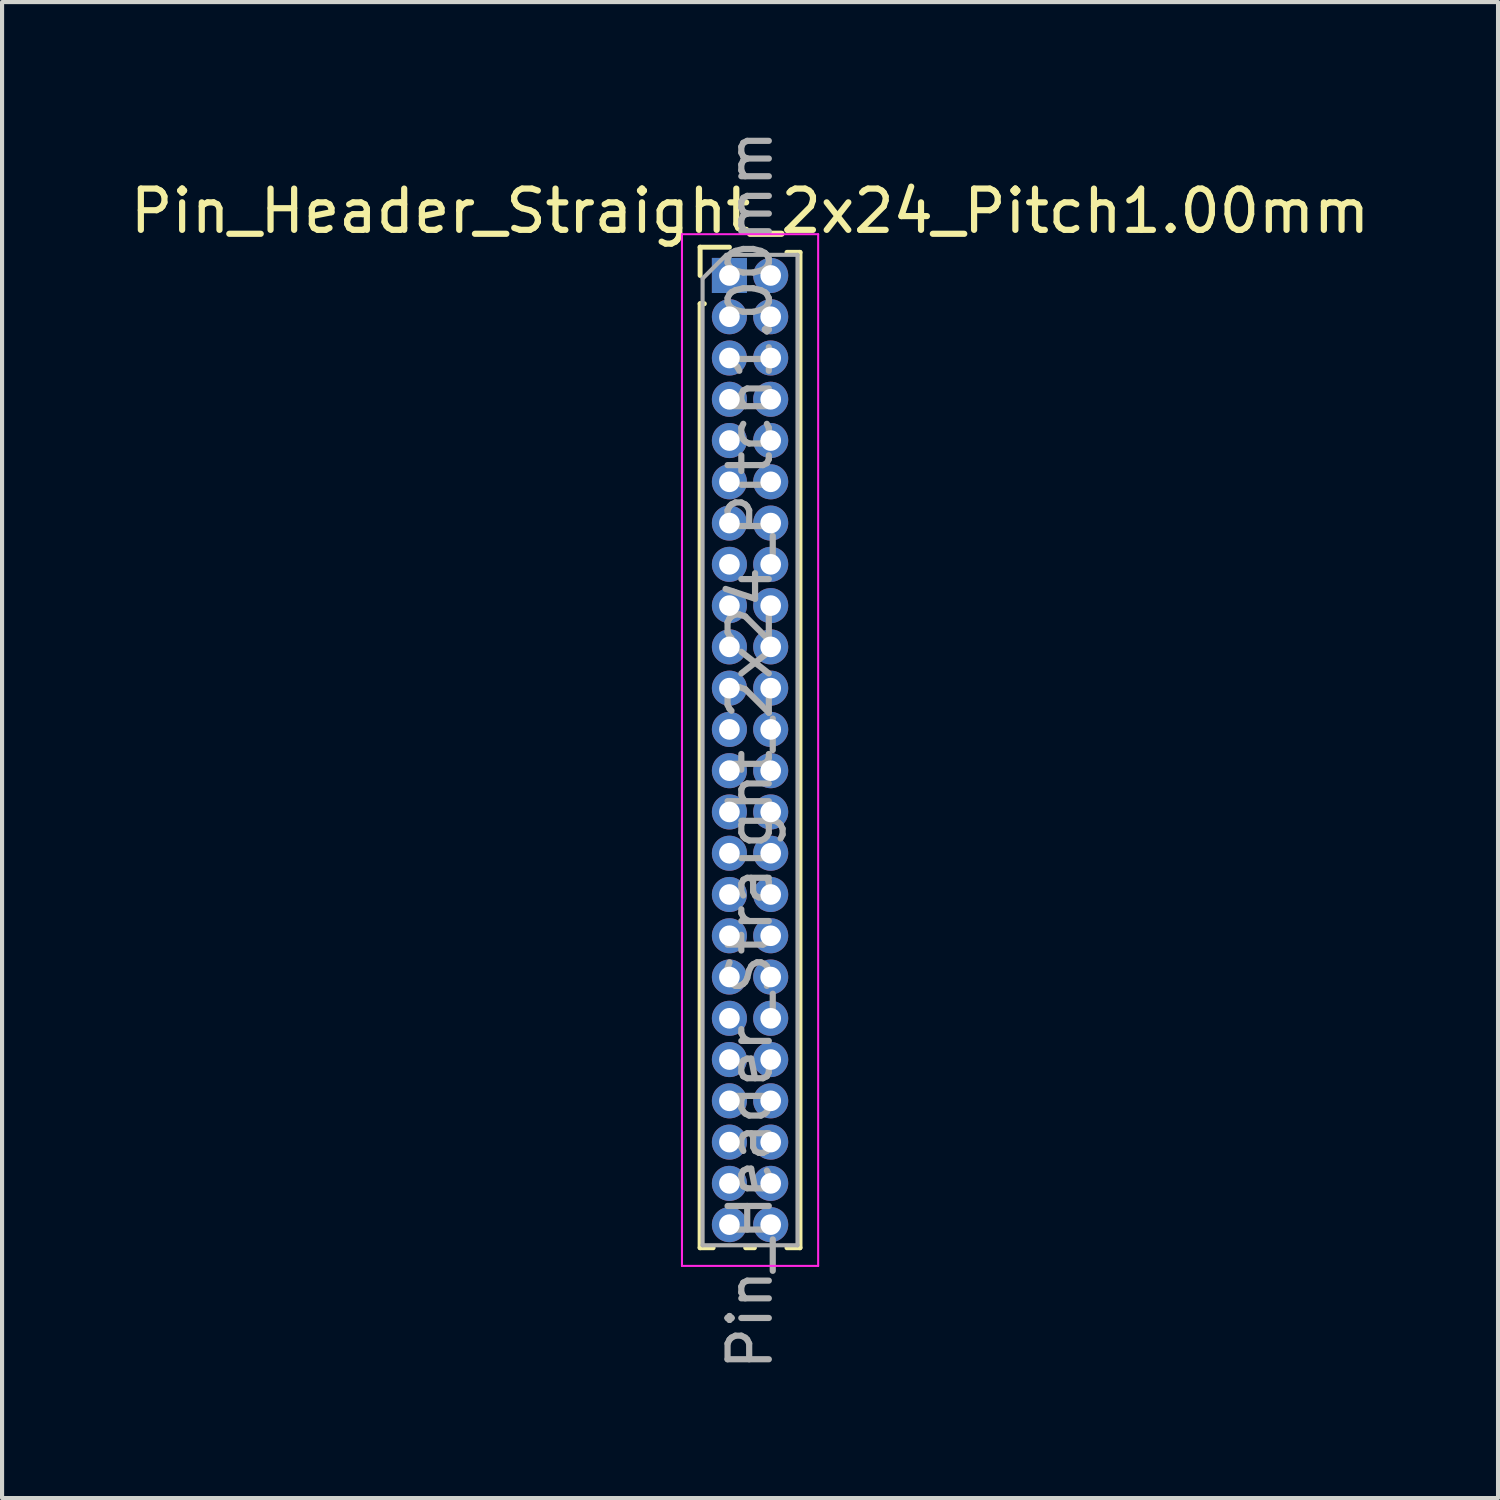
<source format=kicad_pcb>
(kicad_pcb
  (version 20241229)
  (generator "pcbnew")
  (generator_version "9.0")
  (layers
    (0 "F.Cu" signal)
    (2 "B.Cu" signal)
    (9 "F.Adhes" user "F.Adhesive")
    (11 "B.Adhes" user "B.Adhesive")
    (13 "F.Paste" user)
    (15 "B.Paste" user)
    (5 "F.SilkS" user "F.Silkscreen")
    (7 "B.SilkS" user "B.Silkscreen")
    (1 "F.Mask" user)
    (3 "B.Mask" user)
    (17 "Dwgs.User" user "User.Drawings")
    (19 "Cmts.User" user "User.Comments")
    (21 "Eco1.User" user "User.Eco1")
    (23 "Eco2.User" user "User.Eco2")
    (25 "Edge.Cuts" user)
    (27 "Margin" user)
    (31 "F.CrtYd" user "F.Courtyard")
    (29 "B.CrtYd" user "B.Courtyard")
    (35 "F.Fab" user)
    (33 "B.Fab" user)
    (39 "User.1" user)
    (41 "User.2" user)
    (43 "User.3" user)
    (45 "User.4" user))
  (footprint "Pin_Header_Straight_2x24_Pitch1.00mm"
    (layer "F.Cu")
    (at 14.625 3.625)
    (property "Reference" "Pin_Header_Straight_2x24_Pitch1.00mm" (at 0.5 -1.56 0) (layer "F.SilkS") (effects (font (size 1 1) (thickness 0.15))))
    (attr through_hole)
    (fp_line (start -0.71 -0.685) (end 0 -0.685) (stroke (width 0.12) (type solid)) (layer "F.SilkS"))
    (fp_line (start -0.71 0) (end -0.71 -0.685) (stroke (width 0.12) (type solid)) (layer "F.SilkS"))
    (fp_line (start -0.71 0.685) (end -0.71 23.56) (stroke (width 0.12) (type solid)) (layer "F.SilkS"))
    (fp_line (start -0.71 0.685) (end -0.608 0.685) (stroke (width 0.12) (type solid)) (layer "F.SilkS"))
    (fp_line (start -0.71 23.56) (end -0.394 23.56) (stroke (width 0.12) (type solid)) (layer "F.SilkS"))
    (fp_line (start 0.394 23.56) (end 0.606 23.56) (stroke (width 0.12) (type solid)) (layer "F.SilkS"))
    (fp_line (start 1.394 -0.56) (end 1.71 -0.56) (stroke (width 0.12) (type solid)) (layer "F.SilkS"))
    (fp_line (start 1.394 23.56) (end 1.71 23.56) (stroke (width 0.12) (type solid)) (layer "F.SilkS"))
    (fp_line (start 1.71 -0.56) (end 1.71 23.56) (stroke (width 0.12) (type solid)) (layer "F.SilkS"))
    (fp_line (start -1.15 -1) (end -1.15 24) (stroke (width 0.05) (type solid)) (layer "F.CrtYd"))
    (fp_line (start -1.15 24) (end 2.15 24) (stroke (width 0.05) (type solid)) (layer "F.CrtYd"))
    (fp_line (start 2.15 -1) (end -1.15 -1) (stroke (width 0.05) (type solid)) (layer "F.CrtYd"))
    (fp_line (start 2.15 24) (end 2.15 -1) (stroke (width 0.05) (type solid)) (layer "F.CrtYd"))
    (fp_line (start -0.65 0.075) (end -0.075 -0.5) (stroke (width 0.1) (type solid)) (layer "F.Fab"))
    (fp_line (start -0.65 23.5) (end -0.65 0.075) (stroke (width 0.1) (type solid)) (layer "F.Fab"))
    (fp_line (start -0.075 -0.5) (end 1.65 -0.5) (stroke (width 0.1) (type solid)) (layer "F.Fab"))
    (fp_line (start 1.65 -0.5) (end 1.65 23.5) (stroke (width 0.1) (type solid)) (layer "F.Fab"))
    (fp_line (start 1.65 23.5) (end -0.65 23.5) (stroke (width 0.1) (type solid)) (layer "F.Fab"))
    (fp_text user "${REFERENCE}" (at 0.5 11.5 90) (layer "F.Fab") (effects (font (size 1 1) (thickness 0.15))))
    (pad "1" thru_hole rect (at 0 0) (size 0.85 0.85) (drill 0.5) (layers "*.Cu" "*.Mask"))
    (pad "2" thru_hole oval (at 1 0) (size 0.85 0.85) (drill 0.5) (layers "*.Cu" "*.Mask"))
    (pad "3" thru_hole oval (at 0 1) (size 0.85 0.85) (drill 0.5) (layers "*.Cu" "*.Mask"))
    (pad "4" thru_hole oval (at 1 1) (size 0.85 0.85) (drill 0.5) (layers "*.Cu" "*.Mask"))
    (pad "5" thru_hole oval (at 0 2) (size 0.85 0.85) (drill 0.5) (layers "*.Cu" "*.Mask"))
    (pad "6" thru_hole oval (at 1 2) (size 0.85 0.85) (drill 0.5) (layers "*.Cu" "*.Mask"))
    (pad "7" thru_hole oval (at 0 3) (size 0.85 0.85) (drill 0.5) (layers "*.Cu" "*.Mask"))
    (pad "8" thru_hole oval (at 1 3) (size 0.85 0.85) (drill 0.5) (layers "*.Cu" "*.Mask"))
    (pad "9" thru_hole oval (at 0 4) (size 0.85 0.85) (drill 0.5) (layers "*.Cu" "*.Mask"))
    (pad "10" thru_hole oval (at 1 4) (size 0.85 0.85) (drill 0.5) (layers "*.Cu" "*.Mask"))
    (pad "11" thru_hole oval (at 0 5) (size 0.85 0.85) (drill 0.5) (layers "*.Cu" "*.Mask"))
    (pad "12" thru_hole oval (at 1 5) (size 0.85 0.85) (drill 0.5) (layers "*.Cu" "*.Mask"))
    (pad "13" thru_hole oval (at 0 6) (size 0.85 0.85) (drill 0.5) (layers "*.Cu" "*.Mask"))
    (pad "14" thru_hole oval (at 1 6) (size 0.85 0.85) (drill 0.5) (layers "*.Cu" "*.Mask"))
    (pad "15" thru_hole oval (at 0 7) (size 0.85 0.85) (drill 0.5) (layers "*.Cu" "*.Mask"))
    (pad "16" thru_hole oval (at 1 7) (size 0.85 0.85) (drill 0.5) (layers "*.Cu" "*.Mask"))
    (pad "17" thru_hole oval (at 0 8) (size 0.85 0.85) (drill 0.5) (layers "*.Cu" "*.Mask"))
    (pad "18" thru_hole oval (at 1 8) (size 0.85 0.85) (drill 0.5) (layers "*.Cu" "*.Mask"))
    (pad "19" thru_hole oval (at 0 9) (size 0.85 0.85) (drill 0.5) (layers "*.Cu" "*.Mask"))
    (pad "20" thru_hole oval (at 1 9) (size 0.85 0.85) (drill 0.5) (layers "*.Cu" "*.Mask"))
    (pad "21" thru_hole oval (at 0 10) (size 0.85 0.85) (drill 0.5) (layers "*.Cu" "*.Mask"))
    (pad "22" thru_hole oval (at 1 10) (size 0.85 0.85) (drill 0.5) (layers "*.Cu" "*.Mask"))
    (pad "23" thru_hole oval (at 0 11) (size 0.85 0.85) (drill 0.5) (layers "*.Cu" "*.Mask"))
    (pad "24" thru_hole oval (at 1 11) (size 0.85 0.85) (drill 0.5) (layers "*.Cu" "*.Mask"))
    (pad "25" thru_hole oval (at 0 12) (size 0.85 0.85) (drill 0.5) (layers "*.Cu" "*.Mask"))
    (pad "26" thru_hole oval (at 1 12) (size 0.85 0.85) (drill 0.5) (layers "*.Cu" "*.Mask"))
    (pad "27" thru_hole oval (at 0 13) (size 0.85 0.85) (drill 0.5) (layers "*.Cu" "*.Mask"))
    (pad "28" thru_hole oval (at 1 13) (size 0.85 0.85) (drill 0.5) (layers "*.Cu" "*.Mask"))
    (pad "29" thru_hole oval (at 0 14) (size 0.85 0.85) (drill 0.5) (layers "*.Cu" "*.Mask"))
    (pad "30" thru_hole oval (at 1 14) (size 0.85 0.85) (drill 0.5) (layers "*.Cu" "*.Mask"))
    (pad "31" thru_hole oval (at 0 15) (size 0.85 0.85) (drill 0.5) (layers "*.Cu" "*.Mask"))
    (pad "32" thru_hole oval (at 1 15) (size 0.85 0.85) (drill 0.5) (layers "*.Cu" "*.Mask"))
    (pad "33" thru_hole oval (at 0 16) (size 0.85 0.85) (drill 0.5) (layers "*.Cu" "*.Mask"))
    (pad "34" thru_hole oval (at 1 16) (size 0.85 0.85) (drill 0.5) (layers "*.Cu" "*.Mask"))
    (pad "35" thru_hole oval (at 0 17) (size 0.85 0.85) (drill 0.5) (layers "*.Cu" "*.Mask"))
    (pad "36" thru_hole oval (at 1 17) (size 0.85 0.85) (drill 0.5) (layers "*.Cu" "*.Mask"))
    (pad "37" thru_hole oval (at 0 18) (size 0.85 0.85) (drill 0.5) (layers "*.Cu" "*.Mask"))
    (pad "38" thru_hole oval (at 1 18) (size 0.85 0.85) (drill 0.5) (layers "*.Cu" "*.Mask"))
    (pad "39" thru_hole oval (at 0 19) (size 0.85 0.85) (drill 0.5) (layers "*.Cu" "*.Mask"))
    (pad "40" thru_hole oval (at 1 19) (size 0.85 0.85) (drill 0.5) (layers "*.Cu" "*.Mask"))
    (pad "41" thru_hole oval (at 0 20) (size 0.85 0.85) (drill 0.5) (layers "*.Cu" "*.Mask"))
    (pad "42" thru_hole oval (at 1 20) (size 0.85 0.85) (drill 0.5) (layers "*.Cu" "*.Mask"))
    (pad "43" thru_hole oval (at 0 21) (size 0.85 0.85) (drill 0.5) (layers "*.Cu" "*.Mask"))
    (pad "44" thru_hole oval (at 1 21) (size 0.85 0.85) (drill 0.5) (layers "*.Cu" "*.Mask"))
    (pad "45" thru_hole oval (at 0 22) (size 0.85 0.85) (drill 0.5) (layers "*.Cu" "*.Mask"))
    (pad "46" thru_hole oval (at 1 22) (size 0.85 0.85) (drill 0.5) (layers "*.Cu" "*.Mask"))
    (pad "47" thru_hole oval (at 0 23) (size 0.85 0.85) (drill 0.5) (layers "*.Cu" "*.Mask"))
    (pad "48" thru_hole oval (at 1 23) (size 0.85 0.85) (drill 0.5) (layers "*.Cu" "*.Mask")))
  (gr_rect
    (start -3 -3)
    (end 33.25 33.25)
    (stroke (width 0.1) (type default))
    (fill no)
    (layer "Edge.Cuts")))
</source>
